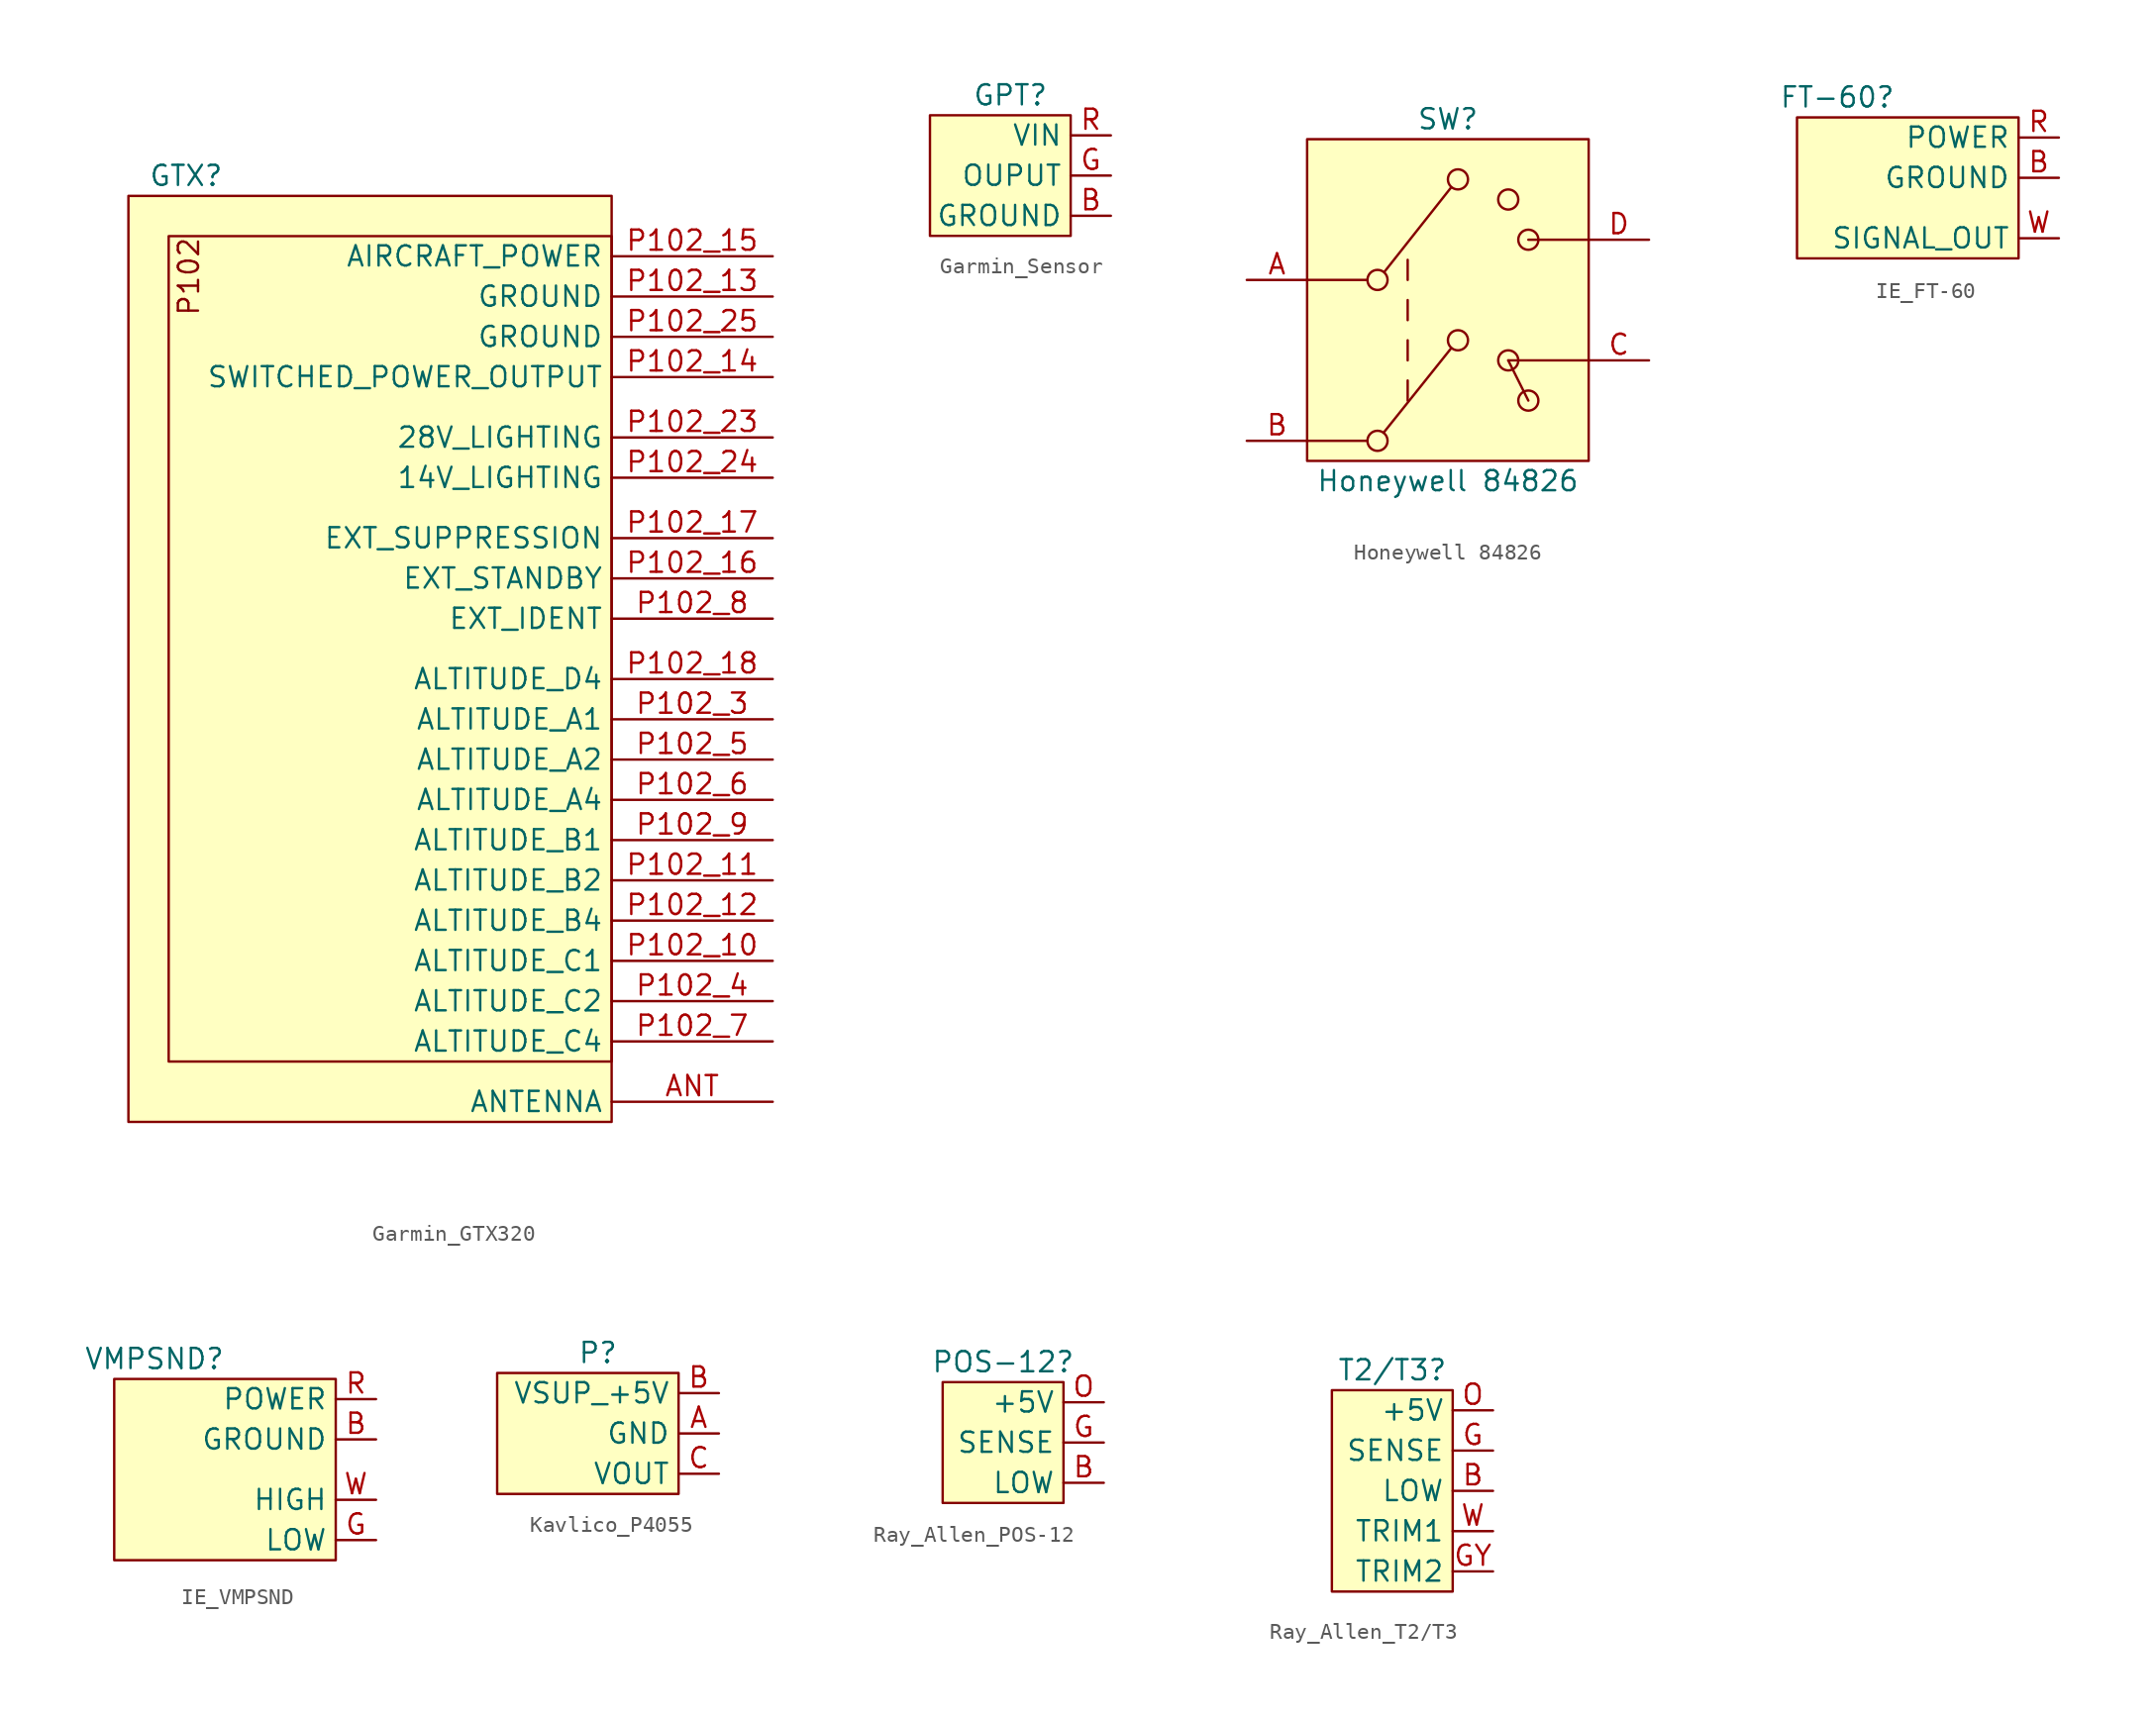
<source format=kicad_sym>
(kicad_symbol_lib
  (version 20241209)
  (generator "kicad_symbol_editor")
  (generator_version "9.0")
  (symbol "Garmin_GTX320"
    (property "Reference" "GTX"
      (at 1.27 1.27 0)
      (effects (font (size 1.27 1.27)) (justify left)))
    (property "Value" ""
      (at 1.27 0 0)
      (effects (font (size 1.27 1.27))))
    (symbol "Garmin_GTX320_1_1"
      (rectangle (start 0 0) (end 30.48 -58.42) (stroke (width 0) (type default)) (fill (type background)))
      (rectangle (start 2.54 -2.54) (end 30.48 -54.61) (stroke (width 0) (type default)) (fill (type background)))
      (text "P102" (at 3.81 -2.54 900) (effects (font (size 1.27 1.27)) (justify right)))
      (pin power_in line (at 40.64 -3.81 180) (length 10.16) (name "AIRCRAFT_POWER" (effects (font (size 1.27 1.27)))) (number "P102_15" (effects (font (size 1.27 1.27)))))
      (pin passive line (at 40.64 -6.35 180) (length 10.16) (name "GROUND" (effects (font (size 1.27 1.27)))) (number "P102_13" (effects (font (size 1.27 1.27)))))
      (pin passive line (at 40.64 -8.89 180) (length 10.16) (name "GROUND" (effects (font (size 1.27 1.27)))) (number "P102_25" (effects (font (size 1.27 1.27)))))
      (pin output line (at 40.64 -11.43 180) (length 10.16) (name "SWITCHED_POWER_OUTPUT" (effects (font (size 1.27 1.27)))) (number "P102_14" (effects (font (size 1.27 1.27)))))
      (pin input line (at 40.64 -15.24 180) (length 10.16) (name "28V_LIGHTING" (effects (font (size 1.27 1.27)))) (number "P102_23" (effects (font (size 1.27 1.27)))))
      (pin input line (at 40.64 -17.78 180) (length 10.16) (name "14V_LIGHTING" (effects (font (size 1.27 1.27)))) (number "P102_24" (effects (font (size 1.27 1.27)))))
      (pin input line (at 40.64 -21.59 180) (length 10.16) (name "EXT_SUPPRESSION" (effects (font (size 1.27 1.27)))) (number "P102_17" (effects (font (size 1.27 1.27)))))
      (pin input line (at 40.64 -24.13 180) (length 10.16) (name "EXT_STANDBY" (effects (font (size 1.27 1.27)))) (number "P102_16" (effects (font (size 1.27 1.27)))))
      (pin input line (at 40.64 -26.67 180) (length 10.16) (name "EXT_IDENT" (effects (font (size 1.27 1.27)))) (number "P102_8" (effects (font (size 1.27 1.27)))))
      (pin input line (at 40.64 -30.48 180) (length 10.16) (name "ALTITUDE_D4" (effects (font (size 1.27 1.27)))) (number "P102_18" (effects (font (size 1.27 1.27)))))
      (pin input line (at 40.64 -33.02 180) (length 10.16) (name "ALTITUDE_A1" (effects (font (size 1.27 1.27)))) (number "P102_3" (effects (font (size 1.27 1.27)))))
      (pin input line (at 40.64 -35.56 180) (length 10.16) (name "ALTITUDE_A2" (effects (font (size 1.27 1.27)))) (number "P102_5" (effects (font (size 1.27 1.27)))))
      (pin input line (at 40.64 -38.1 180) (length 10.16) (name "ALTITUDE_A4" (effects (font (size 1.27 1.27)))) (number "P102_6" (effects (font (size 1.27 1.27)))))
      (pin input line (at 40.64 -40.64 180) (length 10.16) (name "ALTITUDE_B1" (effects (font (size 1.27 1.27)))) (number "P102_9" (effects (font (size 1.27 1.27)))))
      (pin input line (at 40.64 -43.18 180) (length 10.16) (name "ALTITUDE_B2" (effects (font (size 1.27 1.27)))) (number "P102_11" (effects (font (size 1.27 1.27)))))
      (pin input line (at 40.64 -45.72 180) (length 10.16) (name "ALTITUDE_B4" (effects (font (size 1.27 1.27)))) (number "P102_12" (effects (font (size 1.27 1.27)))))
      (pin input line (at 40.64 -48.26 180) (length 10.16) (name "ALTITUDE_C1" (effects (font (size 1.27 1.27)))) (number "P102_10" (effects (font (size 1.27 1.27)))))
      (pin input line (at 40.64 -50.8 180) (length 10.16) (name "ALTITUDE_C2" (effects (font (size 1.27 1.27)))) (number "P102_4" (effects (font (size 1.27 1.27)))))
      (pin input line (at 40.64 -53.34 180) (length 10.16) (name "ALTITUDE_C4" (effects (font (size 1.27 1.27)))) (number "P102_7" (effects (font (size 1.27 1.27)))))
      (pin input line (at 40.64 -57.15 180) (length 10.16) (name "ANTENNA" (effects (font (size 1.27 1.27)))) (number "ANT" (effects (font (size 1.27 1.27)))))))
  (symbol "Garmin_Sensor"
    (property "Reference" "GPT"
      (at 5.08 1.27 0)
      (effects (font (size 1.27 1.27))))
    (property "Value" ""
      (at 0 0 0)
      (effects (font (size 1.27 1.27))))
    (symbol "Garmin_Sensor_1_1"
      (rectangle (start 0 0) (end 8.89 -7.62) (stroke (width 0) (type default)) (fill (type background)))
      (pin power_in line (at 11.43 -1.27 180) (length 2.54) (name "VIN" (effects (font (size 1.27 1.27)))) (number "R" (effects (font (size 1.27 1.27)))))
      (pin output line (at 11.43 -3.81 180) (length 2.54) (name "OUPUT" (effects (font (size 1.27 1.27)))) (number "G" (effects (font (size 1.27 1.27)))))
      (pin passive line (at 11.43 -6.35 180) (length 2.54) (name "GROUND" (effects (font (size 1.27 1.27)))) (number "B" (effects (font (size 1.27 1.27)))))))
  (symbol "Honeywell 84826"
    (pin_names
      (offset 1.016)
      (hide yes))
    (property "Reference" "SW"
      (at 0 17.78 0)
      (effects (font (size 1.27 1.27))))
    (property "Value" "Honeywell 84826"
      (at 0 -5.08 0)
      (effects (font (size 1.27 1.27))))
    (symbol "Honeywell 84826_0_0"
      (circle (center -4.445 7.62) (radius 0.635) (stroke (width 0) (type default)) (fill (type none)))
      (circle (center -4.445 -2.54) (radius 0.635) (stroke (width 0) (type default)) (fill (type none)))
      (polyline (pts (xy -4.064 -2.032) (xy 0.203 3.302)) (stroke (width 0) (type default)) (fill (type none)))
      (polyline (pts (xy -4.013 8.128) (xy 0.203 13.462)) (stroke (width 0) (type default)) (fill (type none)))
      (polyline (pts (xy -2.54 7.62) (xy -2.54 8.89)) (stroke (width 0) (type default)) (fill (type none)))
      (polyline (pts (xy -2.54 5.08) (xy -2.54 6.35)) (stroke (width 0) (type default)) (fill (type none)))
      (polyline (pts (xy -2.54 2.54) (xy -2.54 3.81)) (stroke (width 0) (type default)) (fill (type none)))
      (polyline (pts (xy -2.54 0) (xy -2.54 1.27)) (stroke (width 0) (type default)) (fill (type none)))
      (circle (center 0.635 13.97) (radius 0.635) (stroke (width 0) (type default)) (fill (type none)))
      (circle (center 0.635 3.81) (radius 0.635) (stroke (width 0) (type default)) (fill (type none)))
      (circle (center 3.81 12.7) (radius 0.635) (stroke (width 0) (type default)) (fill (type none)))
      (polyline (pts (xy 3.81 2.54) (xy 8.89 2.54)) (stroke (width 0) (type default)) (fill (type none)))
      (polyline (pts (xy 5.08 10.16) (xy 8.89 10.16)) (stroke (width 0) (type default)) (fill (type none)))
      (circle (center 5.08 10.16) (radius 0.635) (stroke (width 0) (type default)) (fill (type none)))
      (circle (center 5.08 0) (radius 0.635) (stroke (width 0) (type default)) (fill (type none))))
    (symbol "Honeywell 84826_0_1"
      (polyline (pts (xy -5.131 -2.54) (xy -8.89 -2.54)) (stroke (width 0) (type default)) (fill (type none)))
      (polyline (pts (xy -5.08 7.62) (xy -8.89 7.62)) (stroke (width 0) (type default)) (fill (type none)))
      (polyline (pts (xy 3.81 2.54) (xy 5.08 0)) (stroke (width 0) (type default)) (fill (type none))))
    (symbol "Honeywell 84826_1_0"
      (circle (center 3.81 2.54) (radius 0.635) (stroke (width 0) (type default)) (fill (type background))))
    (symbol "Honeywell 84826_1_1"
      (rectangle (start -8.89 16.51) (end 8.89 -3.81) (stroke (width 0) (type default)) (fill (type background)))
      (pin passive line (at -12.7 7.62 0) (length 3.81) (name "A" (effects (font (size 1.27 1.27)))) (number "A" (effects (font (size 1.27 1.27)))))
      (pin passive line (at -12.7 -2.54 0) (length 3.81) (name "B" (effects (font (size 1.27 1.27)))) (number "B" (effects (font (size 1.27 1.27)))))
      (pin passive line (at 12.7 10.16 180) (length 3.81) (name "D" (effects (font (size 1.27 1.27)))) (number "D" (effects (font (size 1.27 1.27)))))
      (pin passive line (at 12.7 2.54 180) (length 3.81) (name "C" (effects (font (size 1.27 1.27)))) (number "C" (effects (font (size 1.27 1.27)))))))
  (symbol "IE_FT-60"
    (property "Reference" "FT-60"
      (at 2.54 1.27 0)
      (effects (font (size 1.27 1.27))))
    (property "Value" ""
      (at 0 1.27 0)
      (effects (font (size 1.27 1.27))))
    (symbol "IE_FT-60_1_1"
      (rectangle (start 0 0) (end 13.97 -8.89) (stroke (width 0) (type default)) (fill (type background)))
      (pin power_in line (at 16.51 -1.27 180) (length 2.54) (name "POWER" (effects (font (size 1.27 1.27)))) (number "R" (effects (font (size 1.27 1.27)))))
      (pin passive line (at 16.51 -3.81 180) (length 2.54) (name "GROUND" (effects (font (size 1.27 1.27)))) (number "B" (effects (font (size 1.27 1.27)))))
      (pin output line (at 16.51 -7.62 180) (length 2.54) (name "SIGNAL_OUT" (effects (font (size 1.27 1.27)))) (number "W" (effects (font (size 1.27 1.27)))))))
  (symbol "IE_VMPSND"
    (property "Reference" "VMPSND"
      (at 2.54 1.27 0)
      (effects (font (size 1.27 1.27))))
    (property "Value" ""
      (at 0 1.27 0)
      (effects (font (size 1.27 1.27))))
    (symbol "IE_VMPSND_1_1"
      (rectangle (start 0 0) (end 13.97 -11.43) (stroke (width 0) (type default)) (fill (type background)))
      (pin power_in line (at 16.51 -1.27 180) (length 2.54) (name "POWER" (effects (font (size 1.27 1.27)))) (number "R" (effects (font (size 1.27 1.27)))))
      (pin passive line (at 16.51 -3.81 180) (length 2.54) (name "GROUND" (effects (font (size 1.27 1.27)))) (number "B" (effects (font (size 1.27 1.27)))))
      (pin output line (at 16.51 -7.62 180) (length 2.54) (name "HIGH" (effects (font (size 1.27 1.27)))) (number "W" (effects (font (size 1.27 1.27)))))
      (pin output line (at 16.51 -10.16 180) (length 2.54) (name "LOW" (effects (font (size 1.27 1.27)))) (number "G" (effects (font (size 1.27 1.27)))))))
  (symbol "Kavlico_P4055"
    (property "Reference" "P"
      (at 0 1.27 0)
      (effects (font (size 1.27 1.27))))
    (property "Value" ""
      (at 0 1.27 0)
      (effects (font (size 1.27 1.27))))
    (symbol "Kavlico_P4055_1_1"
      (rectangle (start -6.35 0) (end 5.08 -7.62) (stroke (width 0) (type default)) (fill (type background)))
      (pin power_in line (at 7.62 -1.27 180) (length 2.54) (name "VSUP_+5V" (effects (font (size 1.27 1.27)))) (number "B" (effects (font (size 1.27 1.27)))))
      (pin passive line (at 7.62 -3.81 180) (length 2.54) (name "GND" (effects (font (size 1.27 1.27)))) (number "A" (effects (font (size 1.27 1.27)))))
      (pin output line (at 7.62 -6.35 180) (length 2.54) (name "VOUT" (effects (font (size 1.27 1.27)))) (number "C" (effects (font (size 1.27 1.27)))))))
  (symbol "Ray_Allen_POS-12"
    (property "Reference" "POS-12"
      (at 3.81 1.27 0)
      (effects (font (size 1.27 1.27))))
    (property "Value" ""
      (at -6.35 2.54 0)
      (effects (font (size 1.27 1.27))))
    (symbol "Ray_Allen_POS-12_1_1"
      (rectangle (start 0 0) (end 7.62 -7.62) (stroke (width 0) (type default)) (fill (type background)))
      (pin input line (at 10.16 -1.27 180) (length 2.54) (name "+5V" (effects (font (size 1.27 1.27)))) (number "O" (effects (font (size 1.27 1.27)))))
      (pin output line (at 10.16 -3.81 180) (length 2.54) (name "SENSE" (effects (font (size 1.27 1.27)))) (number "G" (effects (font (size 1.27 1.27)))))
      (pin passive line (at 10.16 -6.35 180) (length 2.54) (name "LOW" (effects (font (size 1.27 1.27)))) (number "B" (effects (font (size 1.27 1.27)))))))
  (symbol "Ray_Allen_T2/T3"
    (property "Reference" "T2/T3"
      (at 3.81 1.27 0)
      (effects (font (size 1.27 1.27))))
    (property "Value" ""
      (at -6.35 2.54 0)
      (effects (font (size 1.27 1.27))))
    (symbol "Ray_Allen_T2/T3_1_1"
      (rectangle (start 0 0) (end 7.62 -12.7) (stroke (width 0) (type default)) (fill (type background)))
      (pin input line (at 10.16 -1.27 180) (length 2.54) (name "+5V" (effects (font (size 1.27 1.27)))) (number "O" (effects (font (size 1.27 1.27)))))
      (pin output line (at 10.16 -3.81 180) (length 2.54) (name "SENSE" (effects (font (size 1.27 1.27)))) (number "G" (effects (font (size 1.27 1.27)))))
      (pin passive line (at 10.16 -6.35 180) (length 2.54) (name "LOW" (effects (font (size 1.27 1.27)))) (number "B" (effects (font (size 1.27 1.27)))))
      (pin bidirectional line (at 10.16 -8.89 180) (length 2.54) (name "TRIM1" (effects (font (size 1.27 1.27)))) (number "W" (effects (font (size 1.27 1.27)))))
      (pin bidirectional line (at 10.16 -11.43 180) (length 2.54) (name "TRIM2" (effects (font (size 1.27 1.27)))) (number "GY" (effects (font (size 1.27 1.27))))))))
</source>
